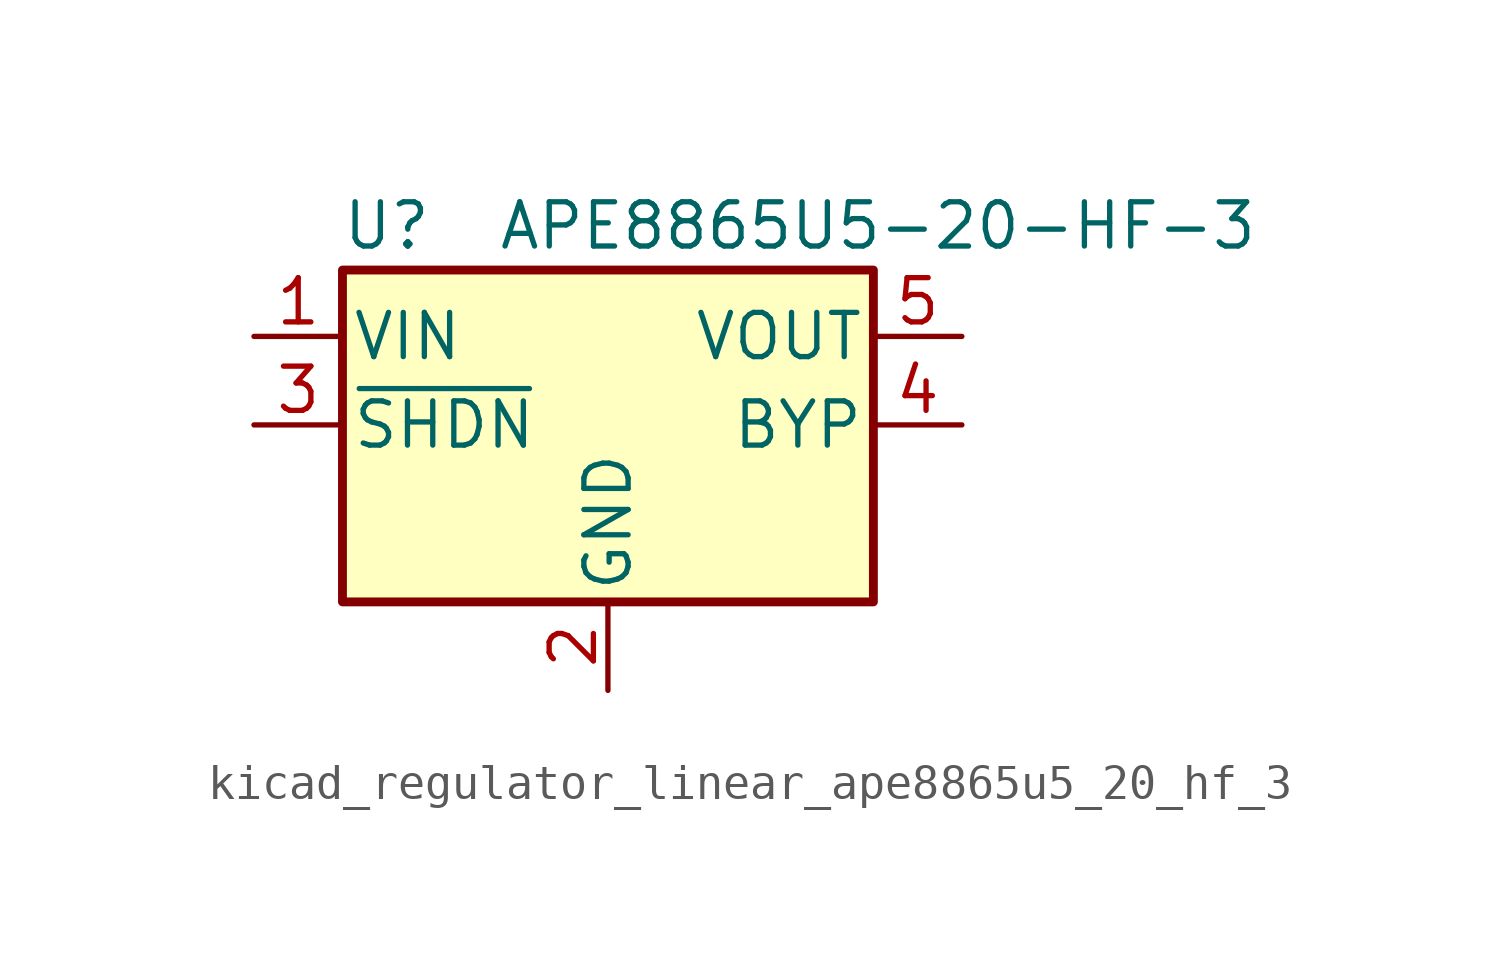
<source format=kicad_sym>
(kicad_symbol_lib
  (version 20220914)
  (generator kicad_symbol_editor)
  (symbol "kicad_regulator_linear_ape8865u5_20_hf_3"
    (pin_names
      (offset 0.254))
    (property "Reference" "U"
      (at -6.35 5.715 0)
      (effects (font (size 1.27 1.27))))
    (property "Value" "APE8865U5-20-HF-3"
      (at -3.175 5.715 0)
      (effects (font (size 1.27 1.27)) (justify left)))
    (symbol "kicad_regulator_linear_ape8865u5_20_hf_3_0_1"
      (rectangle (start -7.62 4.445) (end 7.62 -5.08) (stroke (width 0.254) (type default)) (fill (type background))))
    (symbol "kicad_regulator_linear_ape8865u5_20_hf_3_1_1"
      (pin power_in line (at -10.16 2.54 0) (length 2.54) (name "VIN" (effects (font (size 1.27 1.27)))) (number "1" (effects (font (size 1.27 1.27)))))
      (pin power_in line (at 0 -7.62 90) (length 2.54) (name "GND" (effects (font (size 1.27 1.27)))) (number "2" (effects (font (size 1.27 1.27)))))
      (pin input line (at -10.16 0 0) (length 2.54) (name "~{SHDN}" (effects (font (size 1.27 1.27)))) (number "3" (effects (font (size 1.27 1.27)))))
      (pin input line (at 10.16 0 180) (length 2.54) (name "BYP" (effects (font (size 1.27 1.27)))) (number "4" (effects (font (size 1.27 1.27)))))
      (pin power_out line (at 10.16 2.54 180) (length 2.54) (name "VOUT" (effects (font (size 1.27 1.27)))) (number "5" (effects (font (size 1.27 1.27))))))))
</source>
